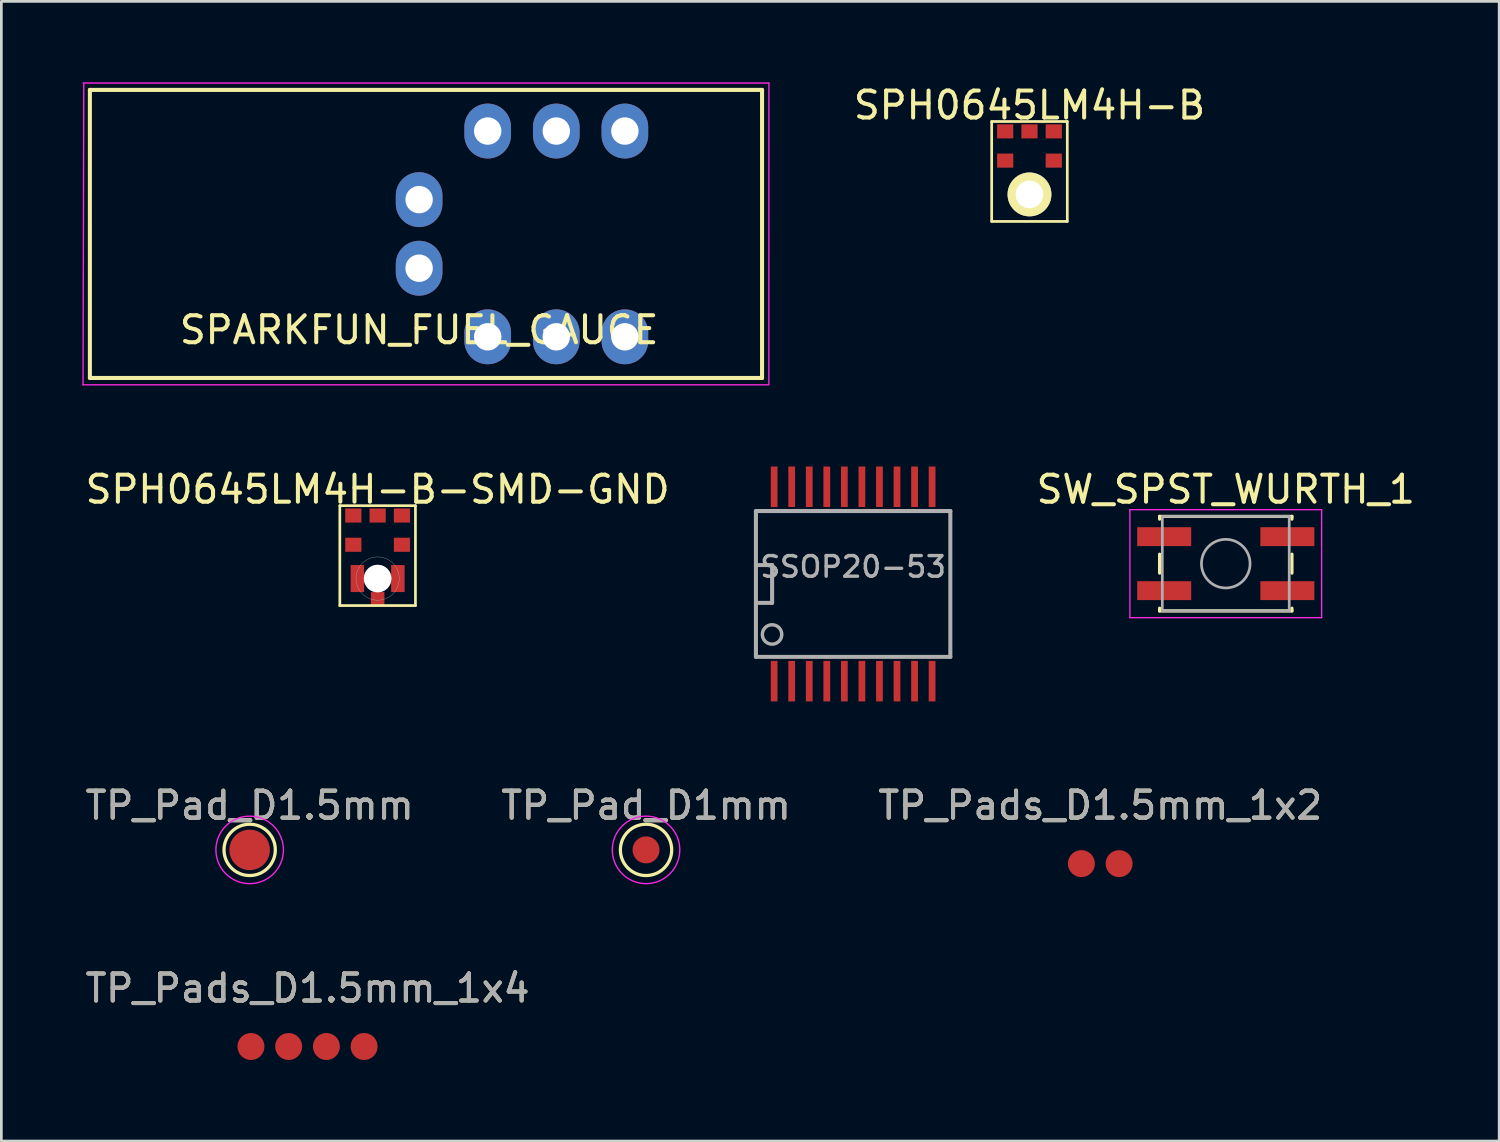
<source format=kicad_pcb>
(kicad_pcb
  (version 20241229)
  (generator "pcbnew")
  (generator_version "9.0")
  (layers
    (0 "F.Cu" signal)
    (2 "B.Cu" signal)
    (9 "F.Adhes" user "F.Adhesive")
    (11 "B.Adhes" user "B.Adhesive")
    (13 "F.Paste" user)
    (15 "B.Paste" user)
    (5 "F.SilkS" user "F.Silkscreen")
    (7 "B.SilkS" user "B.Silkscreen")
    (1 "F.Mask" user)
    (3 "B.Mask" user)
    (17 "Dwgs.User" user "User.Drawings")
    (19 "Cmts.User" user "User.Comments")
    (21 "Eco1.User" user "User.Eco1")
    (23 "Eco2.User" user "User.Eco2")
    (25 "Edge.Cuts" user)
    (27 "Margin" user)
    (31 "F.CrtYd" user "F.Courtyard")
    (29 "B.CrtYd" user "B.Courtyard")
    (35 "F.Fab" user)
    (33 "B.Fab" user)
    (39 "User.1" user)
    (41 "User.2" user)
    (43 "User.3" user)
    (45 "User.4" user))
  (footprint "SPH0645LM4H-B"
    (layer "F.Cu")
    (at 35.075 4.15)
    (property "Reference" "SPH0645LM4H-B" (at 0 -3.302 0) (layer "F.SilkS") (effects (font (size 1 1) (thickness 0.15))))
    (attr through_hole)
    (fp_line (start -1.4 -2.7) (end -1.4 1) (stroke (width 0.1) (type solid)) (layer "F.SilkS"))
    (fp_line (start -1.4 1) (end 1.4 1) (stroke (width 0.1) (type solid)) (layer "F.SilkS"))
    (fp_line (start 1.4 -2.7) (end -1.4 -2.7) (stroke (width 0.1) (type solid)) (layer "F.SilkS"))
    (fp_line (start 1.4 1) (end 1.4 -2.7) (stroke (width 0.1) (type solid)) (layer "F.SilkS"))
    (pad "1" smd rect (at -0.9 -2.335) (size 0.6 0.522) (layers "F.Cu" "F.Mask" "F.Paste"))
    (pad "2" smd rect (at -0.9 -1.252) (size 0.6 0.522) (layers "F.Cu" "F.Mask" "F.Paste"))
    (pad "3" thru_hole circle (at 0 0) (size 1.624 1.624) (drill 1.024) (layers "*.Cu" "*.Mask" "F.SilkS" "F.Paste"))
    (pad "4" smd rect (at 0.9 -1.252) (size 0.6 0.522) (layers "F.Cu" "F.Mask" "F.Paste"))
    (pad "5" smd rect (at 0.9 -2.335) (size 0.6 0.522) (layers "F.Cu" "F.Mask" "F.Paste"))
    (pad "6" smd rect (at 0 -2.335) (size 0.6 0.522) (layers "F.Cu" "F.Mask" "F.Paste")))
  (footprint "TP_Pads_D1.5mm_1x2"
    (layer "F.Cu")
    (at 37.696 28.933)
    (property "Reference" "TP_Pads_D1.5mm_1x2" (at 0 -2.159 0) (layer "F.SilkS") (effects (font (size 1 1) (thickness 0.15))))
    (attr exclude_from_pos_files exclude_from_bom)
    (fp_text user "${REFERENCE}" (at 0 -2.159 0) (layer "F.Fab") (effects (font (size 1 1) (thickness 0.15))))
    (pad "1" smd circle (at -0.699 0) (size 1 1) (layers "F.Cu" "F.Mask"))
    (pad "2" smd circle (at 0.699 0) (size 1 1) (layers "F.Cu" "F.Mask")))
  (footprint "TP_Pads_D1.5mm_1x4"
    (layer "F.Cu")
    (at 8.339 35.706)
    (property "Reference" "TP_Pads_D1.5mm_1x4" (at 0 -2.159 0) (layer "F.SilkS") (effects (font (size 1 1) (thickness 0.15))))
    (attr exclude_from_pos_files exclude_from_bom)
    (fp_text user "${REFERENCE}" (at 0 -2.159 0) (layer "F.Fab") (effects (font (size 1 1) (thickness 0.15))))
    (pad "1" smd circle (at -2.095 0) (size 1 1) (layers "F.Cu" "F.Mask"))
    (pad "2" smd circle (at -0.699 0) (size 1 1) (layers "F.Cu" "F.Mask"))
    (pad "3" smd circle (at 0.699 0) (size 1 1) (layers "F.Cu" "F.Mask"))
    (pad "4" smd circle (at 2.095 0) (size 1 1) (layers "F.Cu" "F.Mask")))
  (footprint "SSOP20-53"
    (layer "F.Cu")
    (at 28.544 18.576)
    (property "Reference" "SSOP20-53" (at 0 -0.635 0) (layer "F.Fab") (effects (font (size 0.762 0.762) (thickness 0.127))))
    (attr smd)
    (fp_line (start -3.6 -2.7) (end 3.6 -2.7) (stroke (width 0.15) (type solid)) (layer "F.Fab"))
    (fp_line (start -3.6 -0.7) (end -3 -0.7) (stroke (width 0.15) (type solid)) (layer "F.Fab"))
    (fp_line (start -3.6 2.7) (end -3.6 -2.7) (stroke (width 0.15) (type solid)) (layer "F.Fab"))
    (fp_line (start -3 -0.7) (end -3 0.7) (stroke (width 0.15) (type solid)) (layer "F.Fab"))
    (fp_line (start -3 0.7) (end -3.6 0.7) (stroke (width 0.15) (type solid)) (layer "F.Fab"))
    (fp_line (start 3.6 -2.7) (end 3.6 2.7) (stroke (width 0.15) (type solid)) (layer "F.Fab"))
    (fp_line (start 3.6 2.7) (end -3.6 2.7) (stroke (width 0.15) (type solid)) (layer "F.Fab"))
    (fp_circle (center -3.002 1.87) (end -3.256 1.616) (stroke (width 0.127) (type solid)) (fill no) (layer "F.Fab"))
    (pad "1" smd rect (at -2.925 3.6) (size 0.25 1.5) (layers "F.Cu" "F.Mask" "F.Paste"))
    (pad "2" smd rect (at -2.275 3.6) (size 0.25 1.5) (layers "F.Cu" "F.Mask" "F.Paste"))
    (pad "3" smd rect (at -1.625 3.6) (size 0.25 1.5) (layers "F.Cu" "F.Mask" "F.Paste"))
    (pad "4" smd rect (at -0.975 3.6) (size 0.25 1.5) (layers "F.Cu" "F.Mask" "F.Paste"))
    (pad "5" smd rect (at -0.325 3.6) (size 0.25 1.5) (layers "F.Cu" "F.Mask" "F.Paste"))
    (pad "6" smd rect (at 0.325 3.6) (size 0.25 1.5) (layers "F.Cu" "F.Mask" "F.Paste"))
    (pad "7" smd rect (at 0.975 3.6) (size 0.25 1.5) (layers "F.Cu" "F.Mask" "F.Paste"))
    (pad "8" smd rect (at 1.625 3.6) (size 0.25 1.5) (layers "F.Cu" "F.Mask" "F.Paste"))
    (pad "9" smd rect (at 2.275 3.6) (size 0.25 1.5) (layers "F.Cu" "F.Mask" "F.Paste"))
    (pad "10" smd rect (at 2.925 3.6) (size 0.25 1.5) (layers "F.Cu" "F.Mask" "F.Paste"))
    (pad "11" smd rect (at 2.925 -3.6) (size 0.25 1.5) (layers "F.Cu" "F.Mask" "F.Paste"))
    (pad "12" smd rect (at 2.275 -3.6) (size 0.25 1.5) (layers "F.Cu" "F.Mask" "F.Paste"))
    (pad "13" smd rect (at 1.625 -3.6) (size 0.25 1.5) (layers "F.Cu" "F.Mask" "F.Paste"))
    (pad "14" smd rect (at 0.975 -3.6) (size 0.25 1.5) (layers "F.Cu" "F.Mask" "F.Paste"))
    (pad "15" smd rect (at 0.325 -3.6) (size 0.25 1.5) (layers "F.Cu" "F.Mask" "F.Paste"))
    (pad "16" smd rect (at -0.325 -3.6) (size 0.25 1.5) (layers "F.Cu" "F.Mask" "F.Paste"))
    (pad "17" smd rect (at -0.975 -3.6) (size 0.25 1.5) (layers "F.Cu" "F.Mask" "F.Paste"))
    (pad "18" smd rect (at -1.625 -3.6) (size 0.25 1.5) (layers "F.Cu" "F.Mask" "F.Paste"))
    (pad "19" smd rect (at -2.275 -3.6) (size 0.25 1.5) (layers "F.Cu" "F.Mask" "F.Paste"))
    (pad "20" smd rect (at -2.925 -3.6) (size 0.25 1.5) (layers "F.Cu" "F.Mask" "F.Paste")))
  (footprint "TP_Pad_D1mm"
    (layer "F.Cu")
    (at 20.875 28.424)
    (property "Reference" "TP_Pad_D1mm" (at 0 -1.648 0) (layer "F.SilkS") (effects (font (size 1 1) (thickness 0.15))))
    (attr exclude_from_pos_files exclude_from_bom)
    (fp_circle (center 0 0) (end 0 0.95) (stroke (width 0.12) (type solid)) (fill no) (layer "F.SilkS"))
    (fp_circle (center 0 0) (end 1.25 0) (stroke (width 0.05) (type solid)) (fill no) (layer "F.CrtYd"))
    (fp_text user "${REFERENCE}" (at 0 -1.65 0) (layer "F.Fab") (effects (font (size 1 1) (thickness 0.15))))
    (pad "1" smd circle (at 0 0) (size 1 1) (layers "F.Cu" "F.Mask")))
  (footprint "SPH0645LM4H-B-SMD-GND"
    (layer "F.Cu")
    (at 10.935 18.376)
    (property "Reference" "SPH0645LM4H-B-SMD-GND" (at 0 -3.302 0) (layer "F.SilkS") (effects (font (size 1 1) (thickness 0.15))))
    (attr through_hole)
    (fp_line (start -1.4 -2.7) (end -1.4 1) (stroke (width 0.1) (type solid)) (layer "F.SilkS"))
    (fp_line (start -1.4 1) (end 1.4 1) (stroke (width 0.1) (type solid)) (layer "F.SilkS"))
    (fp_line (start 1.4 -2.7) (end -1.4 -2.7) (stroke (width 0.1) (type solid)) (layer "F.SilkS"))
    (fp_line (start 1.4 1) (end 1.4 -2.7) (stroke (width 0.1) (type solid)) (layer "F.SilkS"))
    (fp_circle (center 0 0) (end 0.5 0) (stroke (width 0.01) (type solid)) (fill no) (layer "Dwgs.User"))
    (fp_circle (center 0 0) (end 0.8 -0.05) (stroke (width 0.01) (type solid)) (fill no) (layer "Dwgs.User"))
    (pad "" np_thru_hole circle (at 0 0) (size 1.024 1.024) (drill 1.024) (layers "*.Cu" "*.Mask"))
    (pad "1" smd rect (at -0.9 -2.335) (size 0.6 0.522) (layers "F.Cu" "F.Mask" "F.Paste"))
    (pad "2" smd rect (at -0.9 -1.252) (size 0.6 0.522) (layers "F.Cu" "F.Mask" "F.Paste"))
    (pad "3" smd rect (at -0.75 0) (size 0.5 1) (layers "F.Cu" "F.Mask" "F.Paste"))
    (pad "3" smd rect (at 0 0.75) (size 0.5 0.5) (layers "F.Cu" "F.Mask" "F.Paste"))
    (pad "3" smd rect (at 0.75 0) (size 0.5 1) (layers "F.Cu" "F.Mask" "F.Paste"))
    (pad "4" smd rect (at 0.9 -1.252) (size 0.6 0.522) (layers "F.Cu" "F.Mask" "F.Paste"))
    (pad "5" smd rect (at 0.9 -2.335) (size 0.6 0.522) (layers "F.Cu" "F.Mask" "F.Paste"))
    (pad "6" smd rect (at 0 -2.335) (size 0.6 0.522) (layers "F.Cu" "F.Mask" "F.Paste")))
  (footprint "SW_SPST_WURTH_1"
    (layer "F.Cu")
    (at 42.344 17.824)
    (property "Reference" "SW_SPST_WURTH_1" (at 0 -2.75 0) (layer "F.SilkS") (effects (font (size 1 1) (thickness 0.15))))
    (attr smd)
    (fp_line (start -2.45 -1.75) (end -2.45 -1.65) (stroke (width 0.12) (type solid)) (layer "F.SilkS"))
    (fp_line (start -2.45 -0.35) (end -2.45 0.35) (stroke (width 0.12) (type solid)) (layer "F.SilkS"))
    (fp_line (start -2.45 1.65) (end -2.45 1.75) (stroke (width 0.12) (type solid)) (layer "F.SilkS"))
    (fp_line (start -2.45 1.75) (end 2.45 1.75) (stroke (width 0.12) (type solid)) (layer "F.SilkS"))
    (fp_line (start 2.45 -1.75) (end -2.45 -1.75) (stroke (width 0.12) (type solid)) (layer "F.SilkS"))
    (fp_line (start 2.45 -1.75) (end 2.45 -1.65) (stroke (width 0.12) (type solid)) (layer "F.SilkS"))
    (fp_line (start 2.45 -0.35) (end 2.45 0.35) (stroke (width 0.12) (type solid)) (layer "F.SilkS"))
    (fp_line (start 2.45 1.75) (end 2.45 1.65) (stroke (width 0.12) (type solid)) (layer "F.SilkS"))
    (fp_line (start -3.55 -2) (end 3.55 -2) (stroke (width 0.05) (type solid)) (layer "F.CrtYd"))
    (fp_line (start -3.55 2) (end -3.55 -2) (stroke (width 0.05) (type solid)) (layer "F.CrtYd"))
    (fp_line (start 3.55 -2) (end 3.55 2) (stroke (width 0.05) (type solid)) (layer "F.CrtYd"))
    (fp_line (start 3.55 2) (end -3.55 2) (stroke (width 0.05) (type solid)) (layer "F.CrtYd"))
    (fp_line (start -2.35 -1.75) (end 2.35 -1.75) (stroke (width 0.1) (type solid)) (layer "F.Fab"))
    (fp_line (start -2.35 1.75) (end -2.35 -1.75) (stroke (width 0.1) (type solid)) (layer "F.Fab"))
    (fp_line (start 2.35 -1.75) (end 2.35 1.75) (stroke (width 0.1) (type solid)) (layer "F.Fab"))
    (fp_line (start 2.35 1.75) (end -2.35 1.75) (stroke (width 0.1) (type solid)) (layer "F.Fab"))
    (fp_circle (center 0 0) (end 0.9 0) (stroke (width 0.1) (type solid)) (fill no) (layer "F.Fab"))
    (pad "1" smd rect (at -2.28 -1) (size 2 0.7) (layers "F.Cu" "F.Mask" "F.Paste"))
    (pad "1" smd rect (at 2.28 -1) (size 2 0.7) (layers "F.Cu" "F.Mask" "F.Paste"))
    (pad "2" smd rect (at -2.28 1) (size 2 0.7) (layers "F.Cu" "F.Mask" "F.Paste"))
    (pad "2" smd rect (at 2.28 1) (size 2 0.7) (layers "F.Cu" "F.Mask" "F.Paste")))
  (footprint "TP_Pad_D1.5mm"
    (layer "F.Cu")
    (at 6.196 28.424)
    (property "Reference" "TP_Pad_D1.5mm" (at 0 -1.648 0) (layer "F.SilkS") (effects (font (size 1 1) (thickness 0.15))))
    (attr exclude_from_pos_files exclude_from_bom)
    (fp_circle (center 0 0) (end 0 0.95) (stroke (width 0.12) (type solid)) (fill no) (layer "F.SilkS"))
    (fp_circle (center 0 0) (end 1.25 0) (stroke (width 0.05) (type solid)) (fill no) (layer "F.CrtYd"))
    (fp_text user "${REFERENCE}" (at 0 -1.65 0) (layer "F.Fab") (effects (font (size 1 1) (thickness 0.15))))
    (pad "1" smd circle (at 0 0) (size 1.5 1.5) (layers "F.Cu" "F.Mask")))
  (footprint "SPARKFUN_FUEL_GAUGE"
    (layer "F.Cu")
    (at 12.471 1.803)
    (property "Reference" "SPARKFUN_FUEL_GAUGE" (at 0 7.366 0) (layer "F.SilkS") (effects (font (size 1 1) (thickness 0.15))))
    (attr through_hole)
    (fp_line (start -12.192 -1.524) (end 12.7 -1.524) (stroke (width 0.15) (type solid)) (layer "F.SilkS"))
    (fp_line (start -12.192 9.144) (end -12.192 -1.524) (stroke (width 0.15) (type solid)) (layer "F.SilkS"))
    (fp_line (start 12.7 -1.524) (end 12.7 9.144) (stroke (width 0.15) (type solid)) (layer "F.SilkS"))
    (fp_line (start 12.7 9.144) (end -12.192 9.144) (stroke (width 0.15) (type solid)) (layer "F.SilkS"))
    (fp_line (start -12.446 -1.778) (end 12.954 -1.778) (stroke (width 0.05) (type solid)) (layer "F.CrtYd"))
    (fp_line (start -12.446 9.398) (end 12.954 9.398) (stroke (width 0.05) (type solid)) (layer "F.CrtYd"))
    (fp_line (start -12.418 -1.75) (end -12.446 9.398) (stroke (width 0.05) (type solid)) (layer "F.CrtYd"))
    (fp_line (start 12.954 -1.778) (end 12.952 9.37) (stroke (width 0.05) (type solid)) (layer "F.CrtYd"))
    (pad "1" thru_hole oval (at 0 2.54) (size 1.727 2.032) (drill 1.016) (layers "*.Cu" "*.Mask"))
    (pad "2" thru_hole oval (at 0 5.08) (size 1.727 2.032) (drill 1.016) (layers "*.Cu" "*.Mask"))
    (pad "3" thru_hole oval (at 2.54 7.62) (size 1.727 2.032) (drill 1.016) (layers "*.Cu" "*.Mask"))
    (pad "4" thru_hole oval (at 5.08 7.62) (size 1.727 2.032) (drill 1.016) (layers "*.Cu" "*.Mask"))
    (pad "5" thru_hole oval (at 7.62 7.62) (size 1.727 2.032) (drill 1.016) (layers "*.Cu" "*.Mask"))
    (pad "6" thru_hole oval (at 7.62 0) (size 1.727 2.032) (drill 1.016) (layers "*.Cu" "*.Mask"))
    (pad "7" thru_hole oval (at 5.08 0) (size 1.727 2.032) (drill 1.016) (layers "*.Cu" "*.Mask"))
    (pad "8" thru_hole oval (at 2.54 0) (size 1.727 2.032) (drill 1.016) (layers "*.Cu" "*.Mask")))
  (gr_rect
    (start -3 -3)
    (end 52.469 39.206)
    (stroke (width 0.1) (type default))
    (fill no)
    (layer "Edge.Cuts")))
</source>
